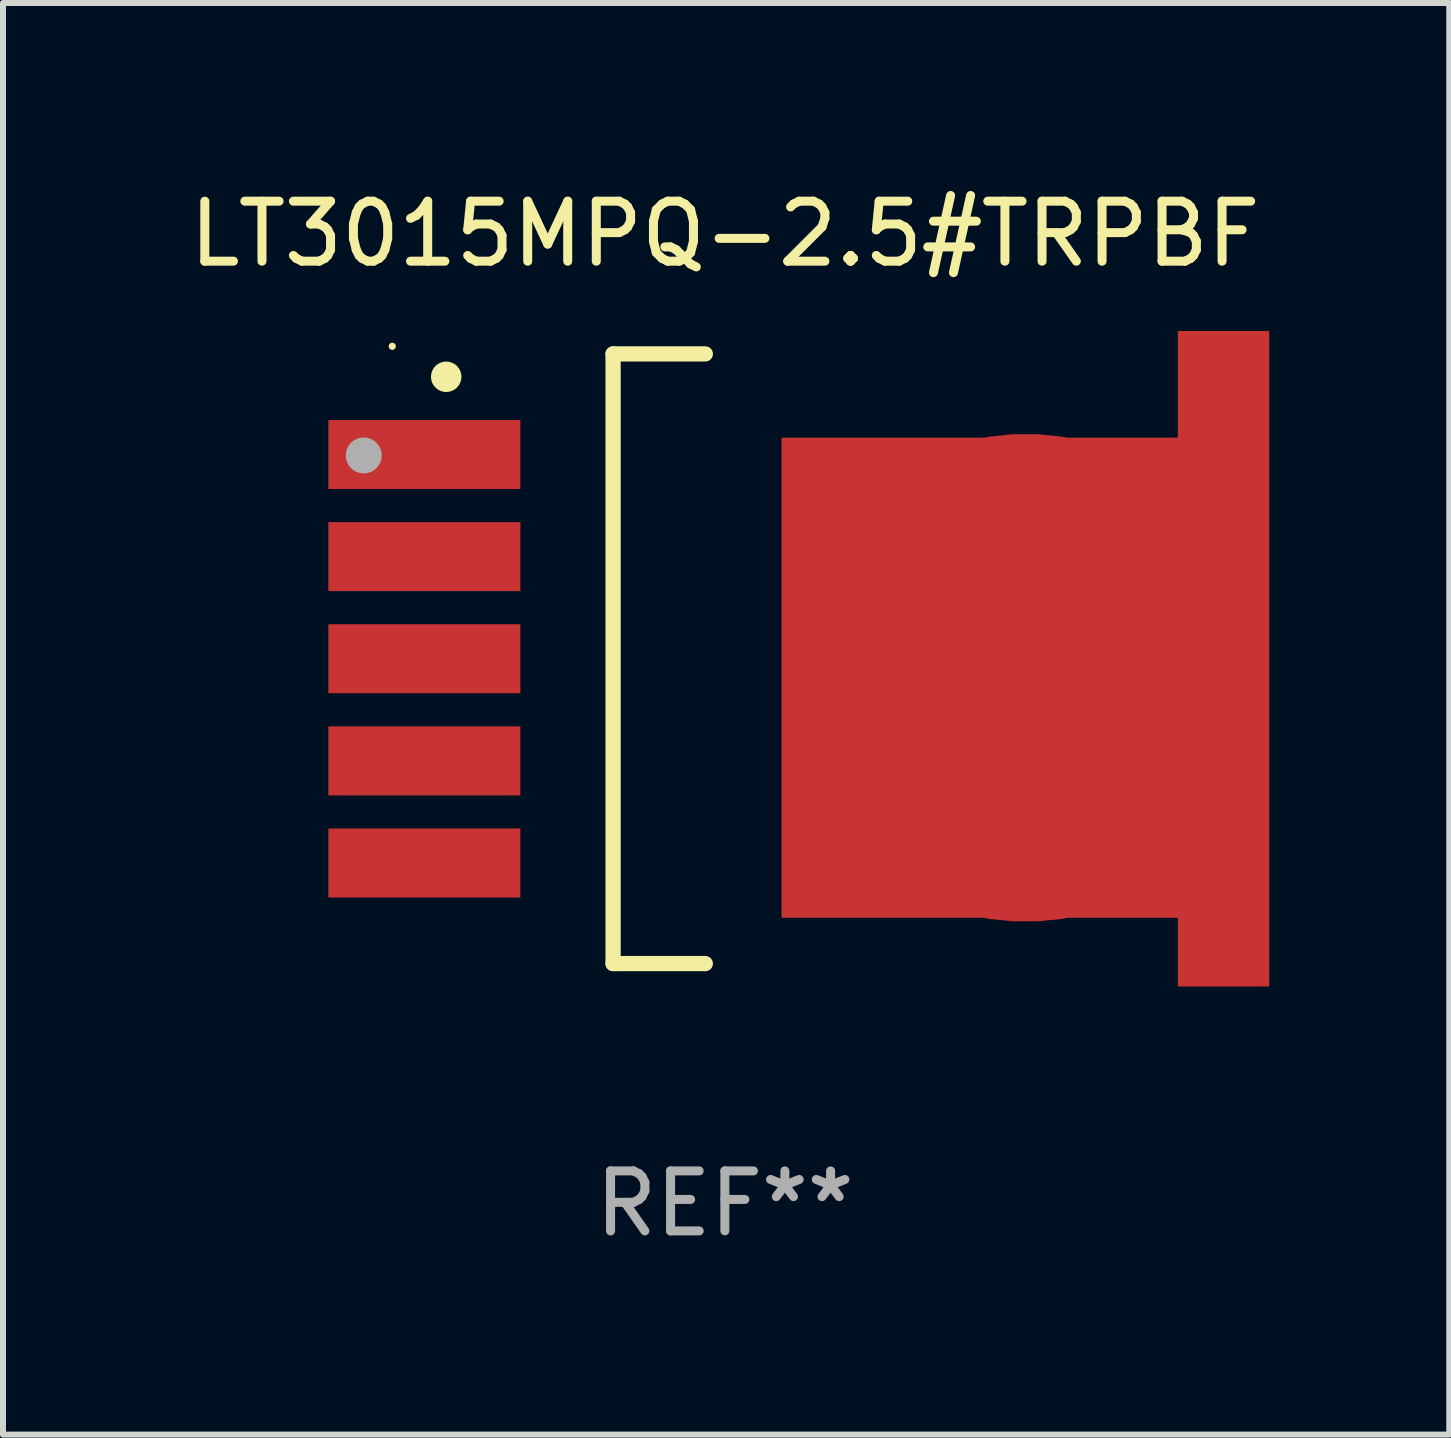
<source format=kicad_pcb>
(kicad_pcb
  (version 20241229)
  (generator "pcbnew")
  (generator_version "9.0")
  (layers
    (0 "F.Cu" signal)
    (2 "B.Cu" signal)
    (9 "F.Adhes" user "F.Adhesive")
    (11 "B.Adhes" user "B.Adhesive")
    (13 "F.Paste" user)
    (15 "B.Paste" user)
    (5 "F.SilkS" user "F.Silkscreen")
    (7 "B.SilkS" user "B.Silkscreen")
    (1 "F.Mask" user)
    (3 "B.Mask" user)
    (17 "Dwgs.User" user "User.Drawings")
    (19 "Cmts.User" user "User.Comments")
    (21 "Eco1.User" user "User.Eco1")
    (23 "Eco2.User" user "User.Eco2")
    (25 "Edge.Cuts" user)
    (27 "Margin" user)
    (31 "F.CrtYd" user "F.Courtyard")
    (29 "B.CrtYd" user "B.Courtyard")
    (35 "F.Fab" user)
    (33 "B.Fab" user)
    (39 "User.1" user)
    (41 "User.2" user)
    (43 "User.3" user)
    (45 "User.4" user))
  (footprint "LT3015MPQ-2.5#TRPBF"
    (layer "F.Cu")
    (at 9.03 7.928)
    (property "Reference" "LT3015MPQ-2.5#TRPBF" (at 0 -7.08 0) (layer "F.SilkS") (effects (font (size 1 1) (thickness 0.15))))
    (attr through_hole)
    (fp_line (start -1.863 -5.08) (end -0.326 -5.08) (stroke (width 0.254) (type solid)) (layer "F.SilkS"))
    (fp_line (start -1.863 5.08) (end -1.863 -5.08) (stroke (width 0.254) (type solid)) (layer "F.SilkS"))
    (fp_line (start -0.326 5.08) (end -1.863 5.08) (stroke (width 0.254) (type solid)) (layer "F.SilkS"))
    (fp_circle (center -5.543 -5.207) (end -5.513 -5.207) (stroke (width 0.06) (type solid)) (fill no) (layer "F.SilkS"))
    (fp_circle (center -4.644 -4.699) (end -4.517 -4.699) (stroke (width 0.254) (type solid)) (fill no) (layer "F.SilkS"))
    (fp_circle (center -6.018 -3.388) (end -5.868 -3.388) (stroke (width 0.3) (type solid)) (fill no) (layer "F.Fab"))
    (fp_text user "REF**" (at 0 9.08 0) (layer "F.Fab") (effects (font (size 1 1) (thickness 0.15))))
    (pad "1" smd rect (at -5.008 -3.404) (size 3.2 1.15) (layers "F.Cu" "F.Mask" "F.Paste"))
    (pad "2" smd rect (at -5.008 -1.702) (size 3.2 1.15) (layers "F.Cu" "F.Mask" "F.Paste"))
    (pad "3" smd rect (at -5.008 -0.000025) (size 3.2 1.15) (layers "F.Cu" "F.Mask" "F.Paste"))
    (pad "4" smd rect (at -5.008 1.702) (size 3.2 1.15) (layers "F.Cu" "F.Mask" "F.Paste"))
    (pad "5" smd rect (at -5.008 3.404) (size 3.2 1.15) (layers "F.Cu" "F.Mask" "F.Paste"))
    (pad "6" smd custom (at 5.008 0.317) (size 8.128 10.922) (layers "F.Cu" "F.Mask" "F.Paste") (options (anchor circle)) (primitives (gr_poly (pts (xy -4.064 -4.001) (xy 2.54 -4.001) (xy 2.54 -5.779) (xy 4.064 -5.779) (xy 4.064 5.144) (xy 2.54 5.144) (xy 2.54 4) (xy -4.064 4)) (width 0) (fill yes)))))
  (gr_rect
    (start -3 -3)
    (end 21.102 20.857)
    (stroke (width 0.1) (type default))
    (fill no)
    (layer "Edge.Cuts")))
</source>
